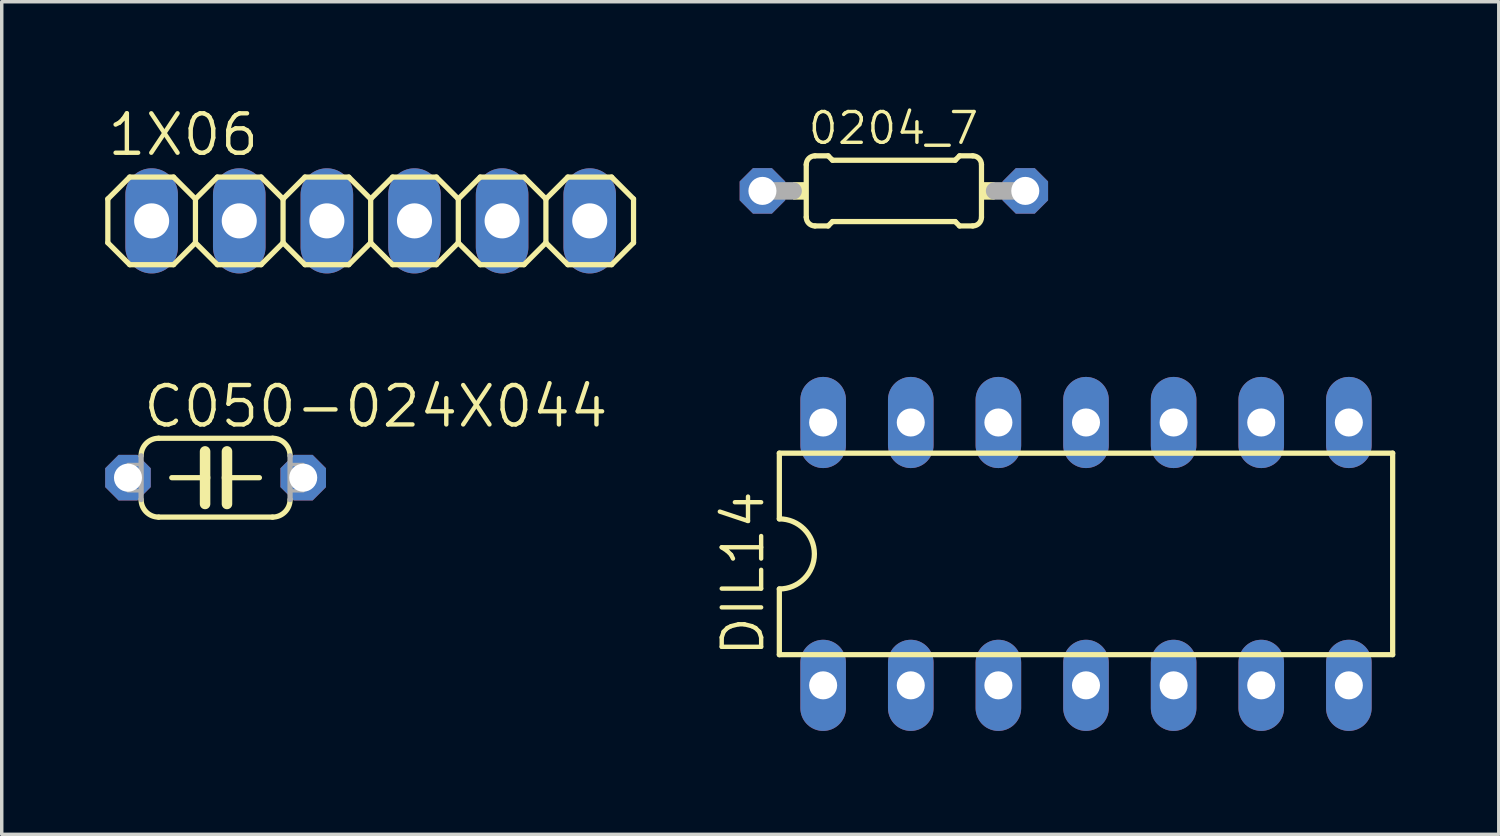
<source format=kicad_pcb>
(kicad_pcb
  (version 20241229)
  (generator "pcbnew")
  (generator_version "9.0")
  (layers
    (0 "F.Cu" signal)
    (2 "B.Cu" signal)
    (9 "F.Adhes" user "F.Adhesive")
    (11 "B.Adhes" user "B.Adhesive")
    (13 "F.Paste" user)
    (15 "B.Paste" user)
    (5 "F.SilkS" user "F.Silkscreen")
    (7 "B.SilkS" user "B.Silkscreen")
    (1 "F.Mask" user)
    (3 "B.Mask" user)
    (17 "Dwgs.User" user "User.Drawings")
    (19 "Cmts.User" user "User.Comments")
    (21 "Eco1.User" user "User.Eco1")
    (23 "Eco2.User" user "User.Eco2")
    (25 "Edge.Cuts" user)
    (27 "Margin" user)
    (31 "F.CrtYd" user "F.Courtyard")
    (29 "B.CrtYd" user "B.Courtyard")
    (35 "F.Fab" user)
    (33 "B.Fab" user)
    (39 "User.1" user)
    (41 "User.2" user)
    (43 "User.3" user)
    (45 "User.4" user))
  (footprint "C050-024X044"
    (layer "F.Cu")
    (at 3.2 10.798)
    (property "Reference" "C050-024X044" (at -2.159 -1.397 0) (layer "F.SilkS") (effects (font (size 1.143 1.143) (thickness 0.127)) (justify left bottom)))
    (fp_line (start -1.27 0) (end -0.305 0) (stroke (width 0.152) (type solid)) (layer "F.SilkS"))
    (fp_line (start -0.305 -0.762) (end -0.305 0) (stroke (width 0.305) (type solid)) (layer "F.SilkS"))
    (fp_line (start -0.305 0) (end -0.305 0.762) (stroke (width 0.305) (type solid)) (layer "F.SilkS"))
    (fp_line (start 0.33 -0.762) (end 0.33 0) (stroke (width 0.305) (type solid)) (layer "F.SilkS"))
    (fp_line (start 0.33 0) (end 0.33 0.762) (stroke (width 0.305) (type solid)) (layer "F.SilkS"))
    (fp_line (start 1.27 0) (end 0.33 0) (stroke (width 0.152) (type solid)) (layer "F.SilkS"))
    (fp_line (start 1.651 -1.143) (end -1.651 -1.143) (stroke (width 0.152) (type solid)) (layer "F.SilkS"))
    (fp_line (start 1.651 1.143) (end -1.651 1.143) (stroke (width 0.152) (type solid)) (layer "F.SilkS"))
    (fp_arc (start -2.159 -0.635) (mid -2.01021 -0.99421) (end -1.651 -1.143) (stroke (width 0.1524) (type solid)) (layer "F.SilkS"))
    (fp_arc (start -1.651 1.143) (mid -2.01021 0.99421) (end -2.159 0.635) (stroke (width 0.1524) (type solid)) (layer "F.SilkS"))
    (fp_arc (start 1.651 -1.143) (mid 2.01021 -0.99421) (end 2.159 -0.635) (stroke (width 0.1524) (type solid)) (layer "F.SilkS"))
    (fp_arc (start 2.159 0.635) (mid 2.01021 0.99421) (end 1.651 1.143) (stroke (width 0.1524) (type solid)) (layer "F.SilkS"))
    (fp_line (start -2.159 0.635) (end -2.159 -0.635) (stroke (width 0.152) (type solid)) (layer "F.Fab"))
    (fp_line (start 2.159 0.635) (end 2.159 -0.635) (stroke (width 0.152) (type solid)) (layer "F.Fab"))
    (fp_poly (pts (xy -2.54 0.381) (xy -2.159 0.381) (xy -2.159 -0.381) (xy -2.54 -0.381)) (stroke (width 0.1) (type solid)) (fill no) (layer "F.Fab"))
    (fp_poly (pts (xy 2.159 0.381) (xy 2.54 0.381) (xy 2.54 -0.381) (xy 2.159 -0.381)) (stroke (width 0.1) (type solid)) (fill no) (layer "F.Fab"))
    (pad "1" thru_hole roundrect (at -2.54 0) (size 1.321 1.321) (drill 0.813) (layers "*.Cu" "*.Mask") (roundrect_rratio 0.25) (chamfer_ratio 0.293) (chamfer top_left top_right bottom_left bottom_right))
    (pad "2" thru_hole roundrect (at 2.54 0) (size 1.321 1.321) (drill 0.813) (layers "*.Cu" "*.Mask") (roundrect_rratio 0.25) (chamfer_ratio 0.293) (chamfer top_left top_right bottom_left bottom_right)))
  (footprint "DIL14"
    (layer "F.Cu")
    (at 28.433 13.008)
    (property "Reference" "DIL14" (at -9.271 3.048 90) (layer "F.SilkS") (effects (font (size 1.143 1.143) (thickness 0.127)) (justify left bottom)))
    (fp_line (start -8.89 -2.921) (end -8.89 -1.016) (stroke (width 0.152) (type solid)) (layer "F.SilkS"))
    (fp_line (start -8.89 2.921) (end -8.89 1.016) (stroke (width 0.152) (type solid)) (layer "F.SilkS"))
    (fp_line (start -8.89 2.921) (end 8.89 2.921) (stroke (width 0.152) (type solid)) (layer "F.SilkS"))
    (fp_line (start 8.89 -2.921) (end -8.89 -2.921) (stroke (width 0.152) (type solid)) (layer "F.SilkS"))
    (fp_line (start 8.89 -2.921) (end 8.89 2.921) (stroke (width 0.152) (type solid)) (layer "F.SilkS"))
    (fp_arc (start -8.89 -1.016) (mid -7.874 0) (end -8.89 1.016) (stroke (width 0.1524) (type solid)) (layer "F.SilkS"))
    (pad "1" thru_hole oval (at -7.62 3.81 90) (size 2.642 1.321) (drill 0.813) (layers "*.Cu" "*.Mask"))
    (pad "2" thru_hole oval (at -5.08 3.81 90) (size 2.642 1.321) (drill 0.813) (layers "*.Cu" "*.Mask"))
    (pad "3" thru_hole oval (at -2.54 3.81 90) (size 2.642 1.321) (drill 0.813) (layers "*.Cu" "*.Mask"))
    (pad "4" thru_hole oval (at 0 3.81 90) (size 2.642 1.321) (drill 0.813) (layers "*.Cu" "*.Mask"))
    (pad "5" thru_hole oval (at 2.54 3.81 90) (size 2.642 1.321) (drill 0.813) (layers "*.Cu" "*.Mask"))
    (pad "6" thru_hole oval (at 5.08 3.81 90) (size 2.642 1.321) (drill 0.813) (layers "*.Cu" "*.Mask"))
    (pad "7" thru_hole oval (at 7.62 3.81 90) (size 2.642 1.321) (drill 0.813) (layers "*.Cu" "*.Mask"))
    (pad "8" thru_hole oval (at 7.62 -3.81 90) (size 2.642 1.321) (drill 0.813) (layers "*.Cu" "*.Mask"))
    (pad "9" thru_hole oval (at 5.08 -3.81 90) (size 2.642 1.321) (drill 0.813) (layers "*.Cu" "*.Mask"))
    (pad "10" thru_hole oval (at 2.54 -3.81 90) (size 2.642 1.321) (drill 0.813) (layers "*.Cu" "*.Mask"))
    (pad "11" thru_hole oval (at 0 -3.81 90) (size 2.642 1.321) (drill 0.813) (layers "*.Cu" "*.Mask"))
    (pad "12" thru_hole oval (at -2.54 -3.81 90) (size 2.642 1.321) (drill 0.813) (layers "*.Cu" "*.Mask"))
    (pad "13" thru_hole oval (at -5.08 -3.81 90) (size 2.642 1.321) (drill 0.813) (layers "*.Cu" "*.Mask"))
    (pad "14" thru_hole oval (at -7.62 -3.81 90) (size 2.642 1.321) (drill 0.813) (layers "*.Cu" "*.Mask")))
  (footprint "1X06"
    (layer "F.Cu")
    (at 7.696 3.353)
    (property "Reference" "1X06" (at -7.696 -1.829 0) (layer "F.SilkS") (effects (font (size 1.143 1.143) (thickness 0.127)) (justify left bottom)))
    (fp_line (start -7.62 -0.635) (end -7.62 0.635) (stroke (width 0.152) (type solid)) (layer "F.SilkS"))
    (fp_line (start -7.62 0.635) (end -6.985 1.27) (stroke (width 0.152) (type solid)) (layer "F.SilkS"))
    (fp_line (start -6.985 -1.27) (end -7.62 -0.635) (stroke (width 0.152) (type solid)) (layer "F.SilkS"))
    (fp_line (start -6.985 -1.27) (end -5.715 -1.27) (stroke (width 0.152) (type solid)) (layer "F.SilkS"))
    (fp_line (start -5.715 -1.27) (end -5.08 -0.635) (stroke (width 0.152) (type solid)) (layer "F.SilkS"))
    (fp_line (start -5.715 1.27) (end -6.985 1.27) (stroke (width 0.152) (type solid)) (layer "F.SilkS"))
    (fp_line (start -5.08 -0.635) (end -5.08 0.635) (stroke (width 0.152) (type solid)) (layer "F.SilkS"))
    (fp_line (start -5.08 -0.635) (end -4.445 -1.27) (stroke (width 0.152) (type solid)) (layer "F.SilkS"))
    (fp_line (start -5.08 0.635) (end -5.715 1.27) (stroke (width 0.152) (type solid)) (layer "F.SilkS"))
    (fp_line (start -4.445 -1.27) (end -3.175 -1.27) (stroke (width 0.152) (type solid)) (layer "F.SilkS"))
    (fp_line (start -4.445 1.27) (end -5.08 0.635) (stroke (width 0.152) (type solid)) (layer "F.SilkS"))
    (fp_line (start -3.175 -1.27) (end -2.54 -0.635) (stroke (width 0.152) (type solid)) (layer "F.SilkS"))
    (fp_line (start -3.175 1.27) (end -4.445 1.27) (stroke (width 0.152) (type solid)) (layer "F.SilkS"))
    (fp_line (start -2.54 -0.635) (end -2.54 0.635) (stroke (width 0.152) (type solid)) (layer "F.SilkS"))
    (fp_line (start -2.54 -0.635) (end -1.905 -1.27) (stroke (width 0.152) (type solid)) (layer "F.SilkS"))
    (fp_line (start -2.54 0.635) (end -3.175 1.27) (stroke (width 0.152) (type solid)) (layer "F.SilkS"))
    (fp_line (start -1.905 -1.27) (end -0.635 -1.27) (stroke (width 0.152) (type solid)) (layer "F.SilkS"))
    (fp_line (start -1.905 1.27) (end -2.54 0.635) (stroke (width 0.152) (type solid)) (layer "F.SilkS"))
    (fp_line (start -0.635 -1.27) (end 0 -0.635) (stroke (width 0.152) (type solid)) (layer "F.SilkS"))
    (fp_line (start -0.635 1.27) (end -1.905 1.27) (stroke (width 0.152) (type solid)) (layer "F.SilkS"))
    (fp_line (start 0 -0.635) (end 0 0.635) (stroke (width 0.152) (type solid)) (layer "F.SilkS"))
    (fp_line (start 0 0.635) (end -0.635 1.27) (stroke (width 0.152) (type solid)) (layer "F.SilkS"))
    (fp_line (start 0 0.635) (end 0.635 1.27) (stroke (width 0.152) (type solid)) (layer "F.SilkS"))
    (fp_line (start 0.635 -1.27) (end 0 -0.635) (stroke (width 0.152) (type solid)) (layer "F.SilkS"))
    (fp_line (start 0.635 -1.27) (end 1.905 -1.27) (stroke (width 0.152) (type solid)) (layer "F.SilkS"))
    (fp_line (start 1.905 -1.27) (end 2.54 -0.635) (stroke (width 0.152) (type solid)) (layer "F.SilkS"))
    (fp_line (start 1.905 1.27) (end 0.635 1.27) (stroke (width 0.152) (type solid)) (layer "F.SilkS"))
    (fp_line (start 2.54 -0.635) (end 2.54 0.635) (stroke (width 0.152) (type solid)) (layer "F.SilkS"))
    (fp_line (start 2.54 -0.635) (end 3.175 -1.27) (stroke (width 0.152) (type solid)) (layer "F.SilkS"))
    (fp_line (start 2.54 0.635) (end 1.905 1.27) (stroke (width 0.152) (type solid)) (layer "F.SilkS"))
    (fp_line (start 3.175 -1.27) (end 4.445 -1.27) (stroke (width 0.152) (type solid)) (layer "F.SilkS"))
    (fp_line (start 3.175 1.27) (end 2.54 0.635) (stroke (width 0.152) (type solid)) (layer "F.SilkS"))
    (fp_line (start 4.445 -1.27) (end 5.08 -0.635) (stroke (width 0.152) (type solid)) (layer "F.SilkS"))
    (fp_line (start 4.445 1.27) (end 3.175 1.27) (stroke (width 0.152) (type solid)) (layer "F.SilkS"))
    (fp_line (start 5.08 -0.635) (end 5.08 0.635) (stroke (width 0.152) (type solid)) (layer "F.SilkS"))
    (fp_line (start 5.08 0.635) (end 4.445 1.27) (stroke (width 0.152) (type solid)) (layer "F.SilkS"))
    (fp_line (start 5.08 0.635) (end 5.715 1.27) (stroke (width 0.152) (type solid)) (layer "F.SilkS"))
    (fp_line (start 5.715 -1.27) (end 5.08 -0.635) (stroke (width 0.152) (type solid)) (layer "F.SilkS"))
    (fp_line (start 5.715 -1.27) (end 6.985 -1.27) (stroke (width 0.152) (type solid)) (layer "F.SilkS"))
    (fp_line (start 6.985 -1.27) (end 7.62 -0.635) (stroke (width 0.152) (type solid)) (layer "F.SilkS"))
    (fp_line (start 6.985 1.27) (end 5.715 1.27) (stroke (width 0.152) (type solid)) (layer "F.SilkS"))
    (fp_line (start 7.62 -0.635) (end 7.62 0.635) (stroke (width 0.152) (type solid)) (layer "F.SilkS"))
    (fp_line (start 7.62 0.635) (end 6.985 1.27) (stroke (width 0.152) (type solid)) (layer "F.SilkS"))
    (fp_poly (pts (xy -6.604 0.254) (xy -6.096 0.254) (xy -6.096 -0.254) (xy -6.604 -0.254)) (stroke (width 0.1) (type solid)) (fill no) (layer "F.Fab"))
    (fp_poly (pts (xy -4.064 0.254) (xy -3.556 0.254) (xy -3.556 -0.254) (xy -4.064 -0.254)) (stroke (width 0.1) (type solid)) (fill no) (layer "F.Fab"))
    (fp_poly (pts (xy -1.524 0.254) (xy -1.016 0.254) (xy -1.016 -0.254) (xy -1.524 -0.254)) (stroke (width 0.1) (type solid)) (fill no) (layer "F.Fab"))
    (fp_poly (pts (xy 1.016 0.254) (xy 1.524 0.254) (xy 1.524 -0.254) (xy 1.016 -0.254)) (stroke (width 0.1) (type solid)) (fill no) (layer "F.Fab"))
    (fp_poly (pts (xy 3.556 0.254) (xy 4.064 0.254) (xy 4.064 -0.254) (xy 3.556 -0.254)) (stroke (width 0.1) (type solid)) (fill no) (layer "F.Fab"))
    (fp_poly (pts (xy 6.096 0.254) (xy 6.604 0.254) (xy 6.604 -0.254) (xy 6.096 -0.254)) (stroke (width 0.1) (type solid)) (fill no) (layer "F.Fab"))
    (pad "1" thru_hole oval (at -6.35 0 90) (size 3.048 1.524) (drill 1.016) (layers "*.Cu" "*.Mask"))
    (pad "2" thru_hole oval (at -3.81 0 90) (size 3.048 1.524) (drill 1.016) (layers "*.Cu" "*.Mask"))
    (pad "3" thru_hole oval (at -1.27 0 90) (size 3.048 1.524) (drill 1.016) (layers "*.Cu" "*.Mask"))
    (pad "4" thru_hole oval (at 1.27 0 90) (size 3.048 1.524) (drill 1.016) (layers "*.Cu" "*.Mask"))
    (pad "5" thru_hole oval (at 3.81 0 90) (size 3.048 1.524) (drill 1.016) (layers "*.Cu" "*.Mask"))
    (pad "6" thru_hole oval (at 6.35 0 90) (size 3.048 1.524) (drill 1.016) (layers "*.Cu" "*.Mask")))
  (footprint "0204_7"
    (layer "F.Cu")
    (at 22.863 2.484)
    (property "Reference" "0204_7" (at -2.54 -1.295 0) (layer "F.SilkS") (effects (font (size 0.892 0.892) (thickness 0.099)) (justify left bottom)))
    (fp_line (start -2.54 0.762) (end -2.54 -0.762) (stroke (width 0.152) (type solid)) (layer "F.SilkS"))
    (fp_line (start -2.286 -1.016) (end -1.905 -1.016) (stroke (width 0.152) (type solid)) (layer "F.SilkS"))
    (fp_line (start -2.286 1.016) (end -1.905 1.016) (stroke (width 0.152) (type solid)) (layer "F.SilkS"))
    (fp_line (start -1.778 -0.889) (end -1.905 -1.016) (stroke (width 0.152) (type solid)) (layer "F.SilkS"))
    (fp_line (start -1.778 0.889) (end -1.905 1.016) (stroke (width 0.152) (type solid)) (layer "F.SilkS"))
    (fp_line (start 1.778 -0.889) (end -1.778 -0.889) (stroke (width 0.152) (type solid)) (layer "F.SilkS"))
    (fp_line (start 1.778 -0.889) (end 1.905 -1.016) (stroke (width 0.152) (type solid)) (layer "F.SilkS"))
    (fp_line (start 1.778 0.889) (end -1.778 0.889) (stroke (width 0.152) (type solid)) (layer "F.SilkS"))
    (fp_line (start 1.778 0.889) (end 1.905 1.016) (stroke (width 0.152) (type solid)) (layer "F.SilkS"))
    (fp_line (start 2.286 -1.016) (end 1.905 -1.016) (stroke (width 0.152) (type solid)) (layer "F.SilkS"))
    (fp_line (start 2.286 1.016) (end 1.905 1.016) (stroke (width 0.152) (type solid)) (layer "F.SilkS"))
    (fp_line (start 2.54 0.762) (end 2.54 -0.762) (stroke (width 0.152) (type solid)) (layer "F.SilkS"))
    (fp_arc (start -2.54 -0.762) (mid -2.465605 -0.941605) (end -2.286 -1.016) (stroke (width 0.1524) (type solid)) (layer "F.SilkS"))
    (fp_arc (start -2.286 1.016) (mid -2.465605 0.941605) (end -2.54 0.762) (stroke (width 0.1524) (type solid)) (layer "F.SilkS"))
    (fp_arc (start 2.286 -1.016) (mid 2.465605 -0.941605) (end 2.54 -0.762) (stroke (width 0.1524) (type solid)) (layer "F.SilkS"))
    (fp_arc (start 2.54 0.762) (mid 2.465605 0.941605) (end 2.286 1.016) (stroke (width 0.1524) (type solid)) (layer "F.SilkS"))
    (fp_poly (pts (xy -2.921 0.254) (xy -2.54 0.254) (xy -2.54 -0.254) (xy -2.921 -0.254)) (stroke (width 0) (type solid)) (fill yes) (layer "F.SilkS"))
    (fp_poly (pts (xy 2.54 0.254) (xy 2.921 0.254) (xy 2.921 -0.254) (xy 2.54 -0.254)) (stroke (width 0) (type solid)) (fill yes) (layer "F.SilkS"))
    (fp_line (start -3.81 0) (end -2.921 0) (stroke (width 0.508) (type solid)) (layer "F.Fab"))
    (fp_line (start 3.81 0) (end 2.921 0) (stroke (width 0.508) (type solid)) (layer "F.Fab"))
    (pad "1" thru_hole roundrect (at -3.81 0) (size 1.321 1.321) (drill 0.813) (layers "*.Cu" "*.Mask") (roundrect_rratio 0.25) (chamfer_ratio 0.293) (chamfer top_left top_right bottom_left bottom_right))
    (pad "2" thru_hole roundrect (at 3.81 0) (size 1.321 1.321) (drill 0.813) (layers "*.Cu" "*.Mask") (roundrect_rratio 0.25) (chamfer_ratio 0.293) (chamfer top_left top_right bottom_left bottom_right)))
  (gr_rect
    (start -3 -3)
    (end 40.399 21.138)
    (stroke (width 0.1) (type default))
    (fill no)
    (layer "Edge.Cuts")))
</source>
